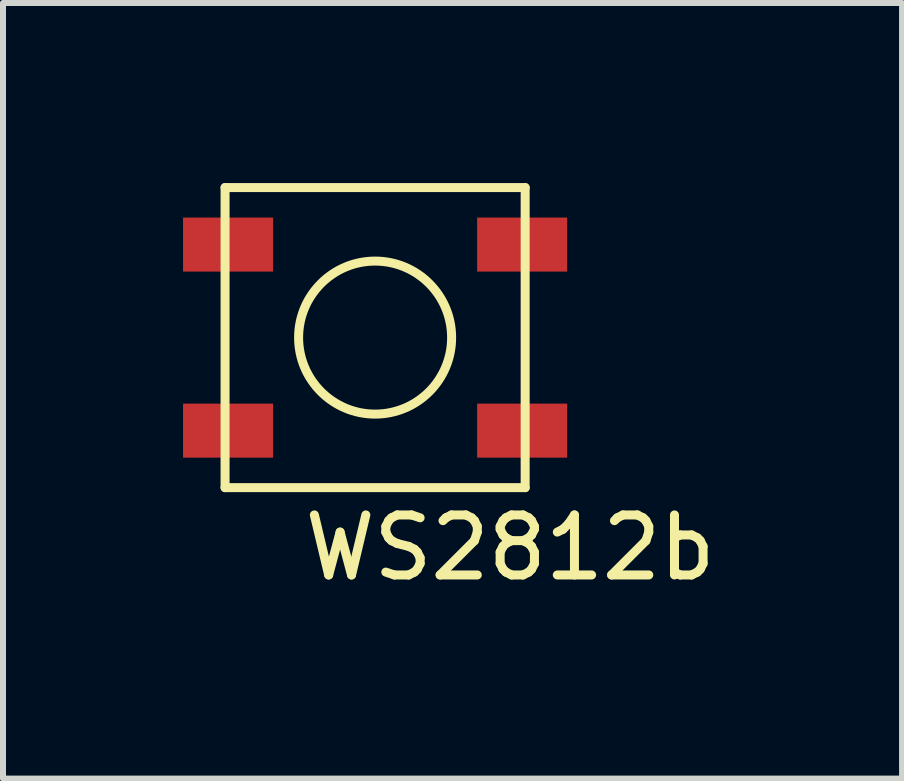
<source format=kicad_pcb>
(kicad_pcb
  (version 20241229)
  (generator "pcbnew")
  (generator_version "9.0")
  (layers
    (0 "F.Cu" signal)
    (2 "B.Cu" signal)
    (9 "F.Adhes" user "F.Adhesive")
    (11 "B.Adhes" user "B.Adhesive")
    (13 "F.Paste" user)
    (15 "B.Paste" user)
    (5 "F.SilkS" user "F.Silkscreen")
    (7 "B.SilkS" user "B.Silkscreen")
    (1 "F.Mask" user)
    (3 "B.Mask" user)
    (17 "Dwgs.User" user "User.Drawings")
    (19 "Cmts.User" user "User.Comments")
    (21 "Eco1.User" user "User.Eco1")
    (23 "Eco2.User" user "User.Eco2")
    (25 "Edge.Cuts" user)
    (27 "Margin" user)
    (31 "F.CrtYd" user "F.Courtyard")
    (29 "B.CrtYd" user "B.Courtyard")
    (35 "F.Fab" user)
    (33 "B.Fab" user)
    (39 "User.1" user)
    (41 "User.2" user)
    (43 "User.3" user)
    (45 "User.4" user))
  (footprint "WS2812b"
    (layer "F.Cu")
    (at 3.2 2.575)
    (property "Reference" "WS2812b" (at 2.25 3.5 0) (layer "F.SilkS") (effects (font (size 1 1) (thickness 0.15))))
    (attr through_hole)
    (fp_line (start -2.5 -2.5) (end 2.5 -2.5) (stroke (width 0.15) (type solid)) (layer "F.SilkS"))
    (fp_line (start -2.5 2.5) (end -2.5 -2.5) (stroke (width 0.15) (type solid)) (layer "F.SilkS"))
    (fp_line (start 2.5 -2.5) (end 2.5 2.5) (stroke (width 0.15) (type solid)) (layer "F.SilkS"))
    (fp_line (start 2.5 2.5) (end -2.5 2.5) (stroke (width 0.15) (type solid)) (layer "F.SilkS"))
    (fp_circle (center 0 0) (end 0.25 -1.25) (stroke (width 0.15) (type solid)) (fill no) (layer "F.SilkS"))
    (pad "1" smd rect (at -2.45 -1.55) (size 1.5 0.9) (layers "F.Cu" "F.Mask" "F.Paste"))
    (pad "2" smd rect (at -2.45 1.55) (size 1.5 0.9) (layers "F.Cu" "F.Mask" "F.Paste"))
    (pad "3" smd rect (at 2.45 -1.55) (size 1.5 0.9) (layers "F.Cu" "F.Mask" "F.Paste"))
    (pad "4" smd rect (at 2.45 1.55) (size 1.5 0.9) (layers "F.Cu" "F.Mask" "F.Paste")))
  (gr_rect
    (start -3 -3)
    (end 11.98 9.923)
    (stroke (width 0.1) (type default))
    (fill no)
    (layer "Edge.Cuts")))
</source>
